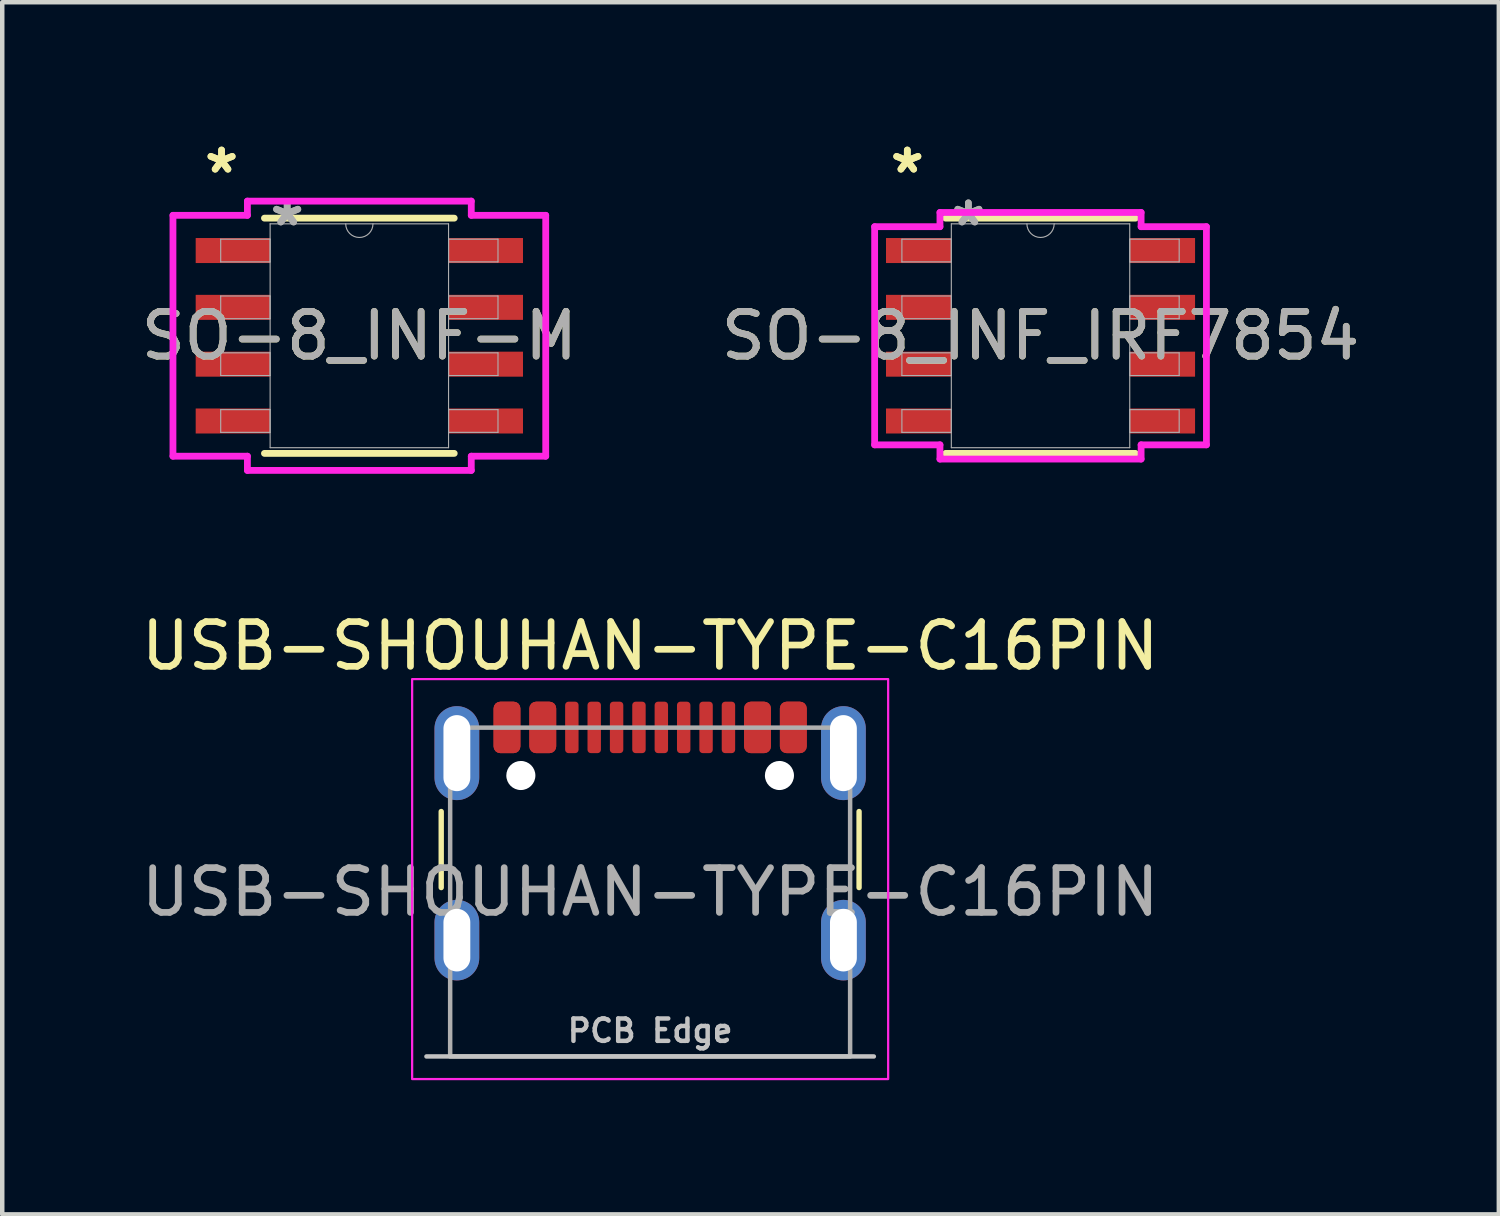
<source format=kicad_pcb>
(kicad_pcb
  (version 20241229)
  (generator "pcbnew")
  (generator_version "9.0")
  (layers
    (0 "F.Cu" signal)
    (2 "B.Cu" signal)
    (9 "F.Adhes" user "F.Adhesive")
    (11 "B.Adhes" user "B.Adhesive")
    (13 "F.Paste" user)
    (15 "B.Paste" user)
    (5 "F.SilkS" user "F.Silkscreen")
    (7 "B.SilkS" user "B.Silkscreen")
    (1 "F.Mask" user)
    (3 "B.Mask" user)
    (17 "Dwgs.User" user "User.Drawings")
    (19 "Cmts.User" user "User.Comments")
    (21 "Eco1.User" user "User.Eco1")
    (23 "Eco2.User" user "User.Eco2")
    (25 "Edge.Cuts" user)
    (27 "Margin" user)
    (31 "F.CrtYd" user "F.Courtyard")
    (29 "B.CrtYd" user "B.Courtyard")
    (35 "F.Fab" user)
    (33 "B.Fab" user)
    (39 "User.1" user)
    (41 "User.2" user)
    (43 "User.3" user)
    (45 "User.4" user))
  (footprint "USB-SHOUHAN-TYPE-C16PIN"
    (layer "F.Cu")
    (at 11.482 16.889)
    (property "Reference" "USB-SHOUHAN-TYPE-C16PIN" (at 0 -5.5 0) (unlocked yes) (layer "F.SilkS") (effects (font (size 1 1) (thickness 0.15))))
    (attr smd)
    (fp_line (start -4.67 -0.1) (end -4.67 -1.8) (stroke (width 0.12) (type solid)) (layer "F.SilkS"))
    (fp_line (start 4.67 -0.1) (end 4.67 -1.8) (stroke (width 0.12) (type solid)) (layer "F.SilkS"))
    (fp_line (start 5 3.675) (end -5 3.675) (stroke (width 0.1) (type solid)) (layer "Dwgs.User"))
    (fp_rect (start -5.32 -4.76) (end 5.32 4.18) (stroke (width 0.05) (type solid)) (fill no) (layer "F.CrtYd"))
    (fp_rect (start -4.47 -3.675) (end 4.47 3.675) (stroke (width 0.1) (type solid)) (fill no) (layer "F.Fab"))
    (fp_text user "PCB Edge" (at 0 3.1 0) (unlocked yes) (layer "Dwgs.User") (effects (font (size 0.5 0.5) (thickness 0.1))))
    (fp_text user "${REFERENCE}" (at 0 0 0) (unlocked yes) (layer "F.Fab") (effects (font (size 1 1) (thickness 0.15))))
    (pad "" np_thru_hole circle (at -2.89 -2.605) (size 0.65 0.65) (drill 0.65) (layers "*.Cu" "*.Mask"))
    (pad "" np_thru_hole circle (at 2.89 -2.605) (size 0.65 0.65) (drill 0.65) (layers "*.Cu" "*.Mask"))
    (pad "A1" smd roundrect (at -3.2 -3.68) (size 0.6 1.15) (layers "F.Cu" "F.Mask" "F.Paste") (roundrect_rratio 0.25))
    (pad "A4" smd roundrect (at -2.4 -3.68) (size 0.6 1.15) (layers "F.Cu" "F.Mask" "F.Paste") (roundrect_rratio 0.25))
    (pad "A5" smd roundrect (at -1.25 -3.68) (size 0.3 1.15) (layers "F.Cu" "F.Mask" "F.Paste") (roundrect_rratio 0.25))
    (pad "A6" smd roundrect (at -0.25 -3.68) (size 0.3 1.15) (layers "F.Cu" "F.Mask" "F.Paste") (roundrect_rratio 0.25))
    (pad "A7" smd roundrect (at 0.25 -3.68) (size 0.3 1.15) (layers "F.Cu" "F.Mask" "F.Paste") (roundrect_rratio 0.25))
    (pad "A8" smd roundrect (at 1.25 -3.68) (size 0.3 1.15) (layers "F.Cu" "F.Mask" "F.Paste") (roundrect_rratio 0.25))
    (pad "A9" smd roundrect (at 2.4 -3.68) (size 0.6 1.15) (layers "F.Cu" "F.Mask" "F.Paste") (roundrect_rratio 0.25))
    (pad "A12" smd roundrect (at 3.2 -3.68) (size 0.6 1.15) (layers "F.Cu" "F.Mask" "F.Paste") (roundrect_rratio 0.25))
    (pad "B1" smd roundrect (at 3.2 -3.68) (size 0.6 1.15) (layers "F.Cu" "F.Mask" "F.Paste") (roundrect_rratio 0.25))
    (pad "B4" smd roundrect (at 2.4 -3.68) (size 0.6 1.15) (layers "F.Cu" "F.Mask" "F.Paste") (roundrect_rratio 0.25))
    (pad "B5" smd roundrect (at 1.75 -3.68) (size 0.3 1.15) (layers "F.Cu" "F.Mask" "F.Paste") (roundrect_rratio 0.25))
    (pad "B6" smd roundrect (at 0.75 -3.68) (size 0.3 1.15) (layers "F.Cu" "F.Mask" "F.Paste") (roundrect_rratio 0.25))
    (pad "B7" smd roundrect (at -0.75 -3.68) (size 0.3 1.15) (layers "F.Cu" "F.Mask" "F.Paste") (roundrect_rratio 0.25))
    (pad "B8" smd roundrect (at -1.75 -3.68) (size 0.3 1.15) (layers "F.Cu" "F.Mask" "F.Paste") (roundrect_rratio 0.25))
    (pad "B9" smd roundrect (at -2.4 -3.68) (size 0.6 1.15) (layers "F.Cu" "F.Mask" "F.Paste") (roundrect_rratio 0.25))
    (pad "B12" smd roundrect (at -3.2 -3.68) (size 0.6 1.15) (layers "F.Cu" "F.Mask" "F.Paste") (roundrect_rratio 0.25))
    (pad "S1" thru_hole oval (at -4.32 -3.105) (size 1 2.1) (drill oval 0.6 1.7) (layers "*.Cu" "*.Mask" "F.Paste"))
    (pad "S1" thru_hole oval (at -4.32 1.075) (size 1 1.8) (drill oval 0.6 1.4) (layers "*.Cu" "*.Mask" "F.Paste"))
    (pad "S1" thru_hole oval (at 4.32 -3.105) (size 1 2.1) (drill oval 0.6 1.7) (layers "*.Cu" "*.Mask" "F.Paste"))
    (pad "S1" thru_hole oval (at 4.32 1.075) (size 1 1.8) (drill oval 0.6 1.4) (layers "*.Cu" "*.Mask" "F.Paste")))
  (footprint "SO-8_INF_IRF7854"
    (layer "F.Cu")
    (at 20.208 4.455)
    (property "Reference" "SO-8_INF_IRF7854" (at 0 0 0) (unlocked yes) (layer "F.SilkS") (effects (font (size 1 1) (thickness 0.15))))
    (attr smd)
    (fp_line (start -2.121 2.629) (end 2.121 2.629) (stroke (width 0.152) (type solid)) (layer "F.SilkS"))
    (fp_line (start 2.121 -2.629) (end -2.121 -2.629) (stroke (width 0.152) (type solid)) (layer "F.SilkS"))
    (fp_line (start -3.708 -2.438) (end -2.248 -2.438) (stroke (width 0.152) (type solid)) (layer "F.CrtYd"))
    (fp_line (start -3.708 2.438) (end -3.708 -2.438) (stroke (width 0.152) (type solid)) (layer "F.CrtYd"))
    (fp_line (start -3.708 2.438) (end -2.248 2.438) (stroke (width 0.152) (type solid)) (layer "F.CrtYd"))
    (fp_line (start -2.248 -2.756) (end 2.248 -2.756) (stroke (width 0.152) (type solid)) (layer "F.CrtYd"))
    (fp_line (start -2.248 -2.438) (end -2.248 -2.756) (stroke (width 0.152) (type solid)) (layer "F.CrtYd"))
    (fp_line (start -2.248 2.756) (end -2.248 2.438) (stroke (width 0.152) (type solid)) (layer "F.CrtYd"))
    (fp_line (start 2.248 -2.756) (end 2.248 -2.438) (stroke (width 0.152) (type solid)) (layer "F.CrtYd"))
    (fp_line (start 2.248 2.438) (end 2.248 2.756) (stroke (width 0.152) (type solid)) (layer "F.CrtYd"))
    (fp_line (start 2.248 2.756) (end -2.248 2.756) (stroke (width 0.152) (type solid)) (layer "F.CrtYd"))
    (fp_line (start 3.708 -2.438) (end 2.248 -2.438) (stroke (width 0.152) (type solid)) (layer "F.CrtYd"))
    (fp_line (start 3.708 -2.438) (end 3.708 2.438) (stroke (width 0.152) (type solid)) (layer "F.CrtYd"))
    (fp_line (start 3.708 2.438) (end 2.248 2.438) (stroke (width 0.152) (type solid)) (layer "F.CrtYd"))
    (fp_line (start -3.099 -2.159) (end -3.099 -1.651) (stroke (width 0.025) (type solid)) (layer "F.Fab"))
    (fp_line (start -3.099 -1.651) (end -1.994 -1.651) (stroke (width 0.025) (type solid)) (layer "F.Fab"))
    (fp_line (start -3.099 -0.889) (end -3.099 -0.381) (stroke (width 0.025) (type solid)) (layer "F.Fab"))
    (fp_line (start -3.099 -0.381) (end -1.994 -0.381) (stroke (width 0.025) (type solid)) (layer "F.Fab"))
    (fp_line (start -3.099 0.381) (end -3.099 0.889) (stroke (width 0.025) (type solid)) (layer "F.Fab"))
    (fp_line (start -3.099 0.889) (end -1.994 0.889) (stroke (width 0.025) (type solid)) (layer "F.Fab"))
    (fp_line (start -3.099 1.651) (end -3.099 2.159) (stroke (width 0.025) (type solid)) (layer "F.Fab"))
    (fp_line (start -3.099 2.159) (end -1.994 2.159) (stroke (width 0.025) (type solid)) (layer "F.Fab"))
    (fp_line (start -1.994 -2.502) (end -1.994 2.502) (stroke (width 0.025) (type solid)) (layer "F.Fab"))
    (fp_line (start -1.994 -2.159) (end -3.099 -2.159) (stroke (width 0.025) (type solid)) (layer "F.Fab"))
    (fp_line (start -1.994 -1.651) (end -1.994 -2.159) (stroke (width 0.025) (type solid)) (layer "F.Fab"))
    (fp_line (start -1.994 -0.889) (end -3.099 -0.889) (stroke (width 0.025) (type solid)) (layer "F.Fab"))
    (fp_line (start -1.994 -0.381) (end -1.994 -0.889) (stroke (width 0.025) (type solid)) (layer "F.Fab"))
    (fp_line (start -1.994 0.381) (end -3.099 0.381) (stroke (width 0.025) (type solid)) (layer "F.Fab"))
    (fp_line (start -1.994 0.889) (end -1.994 0.381) (stroke (width 0.025) (type solid)) (layer "F.Fab"))
    (fp_line (start -1.994 1.651) (end -3.099 1.651) (stroke (width 0.025) (type solid)) (layer "F.Fab"))
    (fp_line (start -1.994 2.159) (end -1.994 1.651) (stroke (width 0.025) (type solid)) (layer "F.Fab"))
    (fp_line (start -1.994 2.502) (end 1.994 2.502) (stroke (width 0.025) (type solid)) (layer "F.Fab"))
    (fp_line (start 1.994 -2.502) (end -1.994 -2.502) (stroke (width 0.025) (type solid)) (layer "F.Fab"))
    (fp_line (start 1.994 -2.159) (end 1.994 -1.651) (stroke (width 0.025) (type solid)) (layer "F.Fab"))
    (fp_line (start 1.994 -1.651) (end 3.099 -1.651) (stroke (width 0.025) (type solid)) (layer "F.Fab"))
    (fp_line (start 1.994 -0.889) (end 1.994 -0.381) (stroke (width 0.025) (type solid)) (layer "F.Fab"))
    (fp_line (start 1.994 -0.381) (end 3.099 -0.381) (stroke (width 0.025) (type solid)) (layer "F.Fab"))
    (fp_line (start 1.994 0.381) (end 1.994 0.889) (stroke (width 0.025) (type solid)) (layer "F.Fab"))
    (fp_line (start 1.994 0.889) (end 3.099 0.889) (stroke (width 0.025) (type solid)) (layer "F.Fab"))
    (fp_line (start 1.994 1.651) (end 1.994 2.159) (stroke (width 0.025) (type solid)) (layer "F.Fab"))
    (fp_line (start 1.994 2.159) (end 3.099 2.159) (stroke (width 0.025) (type solid)) (layer "F.Fab"))
    (fp_line (start 1.994 2.502) (end 1.994 -2.502) (stroke (width 0.025) (type solid)) (layer "F.Fab"))
    (fp_line (start 3.099 -2.159) (end 1.994 -2.159) (stroke (width 0.025) (type solid)) (layer "F.Fab"))
    (fp_line (start 3.099 -1.651) (end 3.099 -2.159) (stroke (width 0.025) (type solid)) (layer "F.Fab"))
    (fp_line (start 3.099 -0.889) (end 1.994 -0.889) (stroke (width 0.025) (type solid)) (layer "F.Fab"))
    (fp_line (start 3.099 -0.381) (end 3.099 -0.889) (stroke (width 0.025) (type solid)) (layer "F.Fab"))
    (fp_line (start 3.099 0.381) (end 1.994 0.381) (stroke (width 0.025) (type solid)) (layer "F.Fab"))
    (fp_line (start 3.099 0.889) (end 3.099 0.381) (stroke (width 0.025) (type solid)) (layer "F.Fab"))
    (fp_line (start 3.099 1.651) (end 1.994 1.651) (stroke (width 0.025) (type solid)) (layer "F.Fab"))
    (fp_line (start 3.099 2.159) (end 3.099 1.651) (stroke (width 0.025) (type solid)) (layer "F.Fab"))
    (fp_arc (start 0.3048 -2.5019) (mid 0 -2.1971) (end -0.3048 -2.5019) (stroke (width 0.0254) (type solid)) (layer "F.Fab"))
    (fp_text user "*" (at -2.978 -3.607 0) (unlocked yes) (layer "F.SilkS") (effects (font (size 1 1) (thickness 0.15))))
    (fp_text user "*" (at -2.978 -3.607 0) (layer "F.SilkS") (effects (font (size 1 1) (thickness 0.15))))
    (fp_text user "${REFERENCE}" (at 0 0 0) (unlocked yes) (layer "F.Fab") (effects (font (size 1 1) (thickness 0.15))))
    (fp_text user "*" (at -1.613 -2.426 0) (layer "F.Fab") (effects (font (size 1 1) (thickness 0.15))))
    (fp_text user "*" (at -1.613 -2.426 0) (unlocked yes) (layer "F.Fab") (effects (font (size 1 1) (thickness 0.15))))
    (pad "1" smd rect (at -2.724 1.905) (size 1.46 0.559) (layers "F.Cu" "F.Mask" "F.Paste"))
    (pad "2" smd rect (at 2.724 -1.905) (size 1.46 0.559) (layers "F.Cu" "F.Mask" "F.Paste"))
    (pad "2" smd rect (at 2.724 -0.635) (size 1.46 0.559) (layers "F.Cu" "F.Mask" "F.Paste"))
    (pad "2" smd rect (at 2.724 0.635) (size 1.46 0.559) (layers "F.Cu" "F.Mask" "F.Paste"))
    (pad "2" smd rect (at 2.724 1.905) (size 1.46 0.559) (layers "F.Cu" "F.Mask" "F.Paste"))
    (pad "3" smd rect (at -2.724 -1.905) (size 1.46 0.559) (layers "F.Cu" "F.Mask" "F.Paste"))
    (pad "3" smd rect (at -2.724 -0.635) (size 1.46 0.559) (layers "F.Cu" "F.Mask" "F.Paste"))
    (pad "3" smd rect (at -2.724 0.635) (size 1.46 0.559) (layers "F.Cu" "F.Mask" "F.Paste")))
  (footprint "SO-8_INF-M"
    (layer "F.Cu")
    (at 4.982 4.455)
    (property "Reference" "SO-8_INF-M" (at 0 0 0) (unlocked yes) (layer "F.SilkS") (effects (font (size 1 1) (thickness 0.15))))
    (attr smd)
    (fp_line (start -2.121 2.629) (end 2.121 2.629) (stroke (width 0.152) (type solid)) (layer "F.SilkS"))
    (fp_line (start 2.121 -2.629) (end -2.121 -2.629) (stroke (width 0.152) (type solid)) (layer "F.SilkS"))
    (fp_line (start -4.166 -2.692) (end -2.502 -2.692) (stroke (width 0.152) (type solid)) (layer "F.CrtYd"))
    (fp_line (start -4.166 2.692) (end -4.166 -2.692) (stroke (width 0.152) (type solid)) (layer "F.CrtYd"))
    (fp_line (start -4.166 2.692) (end -2.502 2.692) (stroke (width 0.152) (type solid)) (layer "F.CrtYd"))
    (fp_line (start -2.502 -3.01) (end 2.502 -3.01) (stroke (width 0.152) (type solid)) (layer "F.CrtYd"))
    (fp_line (start -2.502 -2.692) (end -2.502 -3.01) (stroke (width 0.152) (type solid)) (layer "F.CrtYd"))
    (fp_line (start -2.502 3.01) (end -2.502 2.692) (stroke (width 0.152) (type solid)) (layer "F.CrtYd"))
    (fp_line (start 2.502 -3.01) (end 2.502 -2.692) (stroke (width 0.152) (type solid)) (layer "F.CrtYd"))
    (fp_line (start 2.502 2.692) (end 2.502 3.01) (stroke (width 0.152) (type solid)) (layer "F.CrtYd"))
    (fp_line (start 2.502 3.01) (end -2.502 3.01) (stroke (width 0.152) (type solid)) (layer "F.CrtYd"))
    (fp_line (start 4.166 -2.692) (end 2.502 -2.692) (stroke (width 0.152) (type solid)) (layer "F.CrtYd"))
    (fp_line (start 4.166 -2.692) (end 4.166 2.692) (stroke (width 0.152) (type solid)) (layer "F.CrtYd"))
    (fp_line (start 4.166 2.692) (end 2.502 2.692) (stroke (width 0.152) (type solid)) (layer "F.CrtYd"))
    (fp_line (start -3.099 -2.159) (end -3.099 -1.651) (stroke (width 0.025) (type solid)) (layer "F.Fab"))
    (fp_line (start -3.099 -1.651) (end -1.994 -1.651) (stroke (width 0.025) (type solid)) (layer "F.Fab"))
    (fp_line (start -3.099 -0.889) (end -3.099 -0.381) (stroke (width 0.025) (type solid)) (layer "F.Fab"))
    (fp_line (start -3.099 -0.381) (end -1.994 -0.381) (stroke (width 0.025) (type solid)) (layer "F.Fab"))
    (fp_line (start -3.099 0.381) (end -3.099 0.889) (stroke (width 0.025) (type solid)) (layer "F.Fab"))
    (fp_line (start -3.099 0.889) (end -1.994 0.889) (stroke (width 0.025) (type solid)) (layer "F.Fab"))
    (fp_line (start -3.099 1.651) (end -3.099 2.159) (stroke (width 0.025) (type solid)) (layer "F.Fab"))
    (fp_line (start -3.099 2.159) (end -1.994 2.159) (stroke (width 0.025) (type solid)) (layer "F.Fab"))
    (fp_line (start -1.994 -2.502) (end -1.994 2.502) (stroke (width 0.025) (type solid)) (layer "F.Fab"))
    (fp_line (start -1.994 -2.159) (end -3.099 -2.159) (stroke (width 0.025) (type solid)) (layer "F.Fab"))
    (fp_line (start -1.994 -1.651) (end -1.994 -2.159) (stroke (width 0.025) (type solid)) (layer "F.Fab"))
    (fp_line (start -1.994 -0.889) (end -3.099 -0.889) (stroke (width 0.025) (type solid)) (layer "F.Fab"))
    (fp_line (start -1.994 -0.381) (end -1.994 -0.889) (stroke (width 0.025) (type solid)) (layer "F.Fab"))
    (fp_line (start -1.994 0.381) (end -3.099 0.381) (stroke (width 0.025) (type solid)) (layer "F.Fab"))
    (fp_line (start -1.994 0.889) (end -1.994 0.381) (stroke (width 0.025) (type solid)) (layer "F.Fab"))
    (fp_line (start -1.994 1.651) (end -3.099 1.651) (stroke (width 0.025) (type solid)) (layer "F.Fab"))
    (fp_line (start -1.994 2.159) (end -1.994 1.651) (stroke (width 0.025) (type solid)) (layer "F.Fab"))
    (fp_line (start -1.994 2.502) (end 1.994 2.502) (stroke (width 0.025) (type solid)) (layer "F.Fab"))
    (fp_line (start 1.994 -2.502) (end -1.994 -2.502) (stroke (width 0.025) (type solid)) (layer "F.Fab"))
    (fp_line (start 1.994 -2.159) (end 1.994 -1.651) (stroke (width 0.025) (type solid)) (layer "F.Fab"))
    (fp_line (start 1.994 -1.651) (end 3.099 -1.651) (stroke (width 0.025) (type solid)) (layer "F.Fab"))
    (fp_line (start 1.994 -0.889) (end 1.994 -0.381) (stroke (width 0.025) (type solid)) (layer "F.Fab"))
    (fp_line (start 1.994 -0.381) (end 3.099 -0.381) (stroke (width 0.025) (type solid)) (layer "F.Fab"))
    (fp_line (start 1.994 0.381) (end 1.994 0.889) (stroke (width 0.025) (type solid)) (layer "F.Fab"))
    (fp_line (start 1.994 0.889) (end 3.099 0.889) (stroke (width 0.025) (type solid)) (layer "F.Fab"))
    (fp_line (start 1.994 1.651) (end 1.994 2.159) (stroke (width 0.025) (type solid)) (layer "F.Fab"))
    (fp_line (start 1.994 2.159) (end 3.099 2.159) (stroke (width 0.025) (type solid)) (layer "F.Fab"))
    (fp_line (start 1.994 2.502) (end 1.994 -2.502) (stroke (width 0.025) (type solid)) (layer "F.Fab"))
    (fp_line (start 3.099 -2.159) (end 1.994 -2.159) (stroke (width 0.025) (type solid)) (layer "F.Fab"))
    (fp_line (start 3.099 -1.651) (end 3.099 -2.159) (stroke (width 0.025) (type solid)) (layer "F.Fab"))
    (fp_line (start 3.099 -0.889) (end 1.994 -0.889) (stroke (width 0.025) (type solid)) (layer "F.Fab"))
    (fp_line (start 3.099 -0.381) (end 3.099 -0.889) (stroke (width 0.025) (type solid)) (layer "F.Fab"))
    (fp_line (start 3.099 0.381) (end 1.994 0.381) (stroke (width 0.025) (type solid)) (layer "F.Fab"))
    (fp_line (start 3.099 0.889) (end 3.099 0.381) (stroke (width 0.025) (type solid)) (layer "F.Fab"))
    (fp_line (start 3.099 1.651) (end 1.994 1.651) (stroke (width 0.025) (type solid)) (layer "F.Fab"))
    (fp_line (start 3.099 2.159) (end 3.099 1.651) (stroke (width 0.025) (type solid)) (layer "F.Fab"))
    (fp_arc (start 0.3048 -2.5019) (mid 0 -2.1971) (end -0.3048 -2.5019) (stroke (width 0.0254) (type solid)) (layer "F.Fab"))
    (fp_text user "*" (at -3.08 -3.607 0) (layer "F.SilkS") (effects (font (size 1 1) (thickness 0.15))))
    (fp_text user "*" (at -3.08 -3.607 0) (unlocked yes) (layer "F.SilkS") (effects (font (size 1 1) (thickness 0.15))))
    (fp_text user "*" (at -1.613 -2.426 0) (layer "F.Fab") (effects (font (size 1 1) (thickness 0.15))))
    (fp_text user "*" (at -1.613 -2.426 0) (unlocked yes) (layer "F.Fab") (effects (font (size 1 1) (thickness 0.15))))
    (fp_text user "${REFERENCE}" (at 0 0 0) (unlocked yes) (layer "F.Fab") (effects (font (size 1 1) (thickness 0.15))))
    (pad "1" smd rect (at -2.826 -1.905) (size 1.664 0.559) (layers "F.Cu" "F.Mask" "F.Paste"))
    (pad "2" smd rect (at -2.826 -0.635) (size 1.664 0.559) (layers "F.Cu" "F.Mask" "F.Paste"))
    (pad "3" smd rect (at -2.826 0.635) (size 1.664 0.559) (layers "F.Cu" "F.Mask" "F.Paste"))
    (pad "4" smd rect (at -2.826 1.905) (size 1.664 0.559) (layers "F.Cu" "F.Mask" "F.Paste"))
    (pad "5" smd rect (at 2.826 1.905) (size 1.664 0.559) (layers "F.Cu" "F.Mask" "F.Paste"))
    (pad "6" smd rect (at 2.826 0.635) (size 1.664 0.559) (layers "F.Cu" "F.Mask" "F.Paste"))
    (pad "7" smd rect (at 2.826 -0.635) (size 1.664 0.559) (layers "F.Cu" "F.Mask" "F.Paste"))
    (pad "8" smd rect (at 2.826 -1.905) (size 1.664 0.559) (layers "F.Cu" "F.Mask" "F.Paste")))
  (gr_rect
    (start -3 -3)
    (end 30.452 24.094)
    (stroke (width 0.1) (type default))
    (fill no)
    (layer "Edge.Cuts")))
</source>
